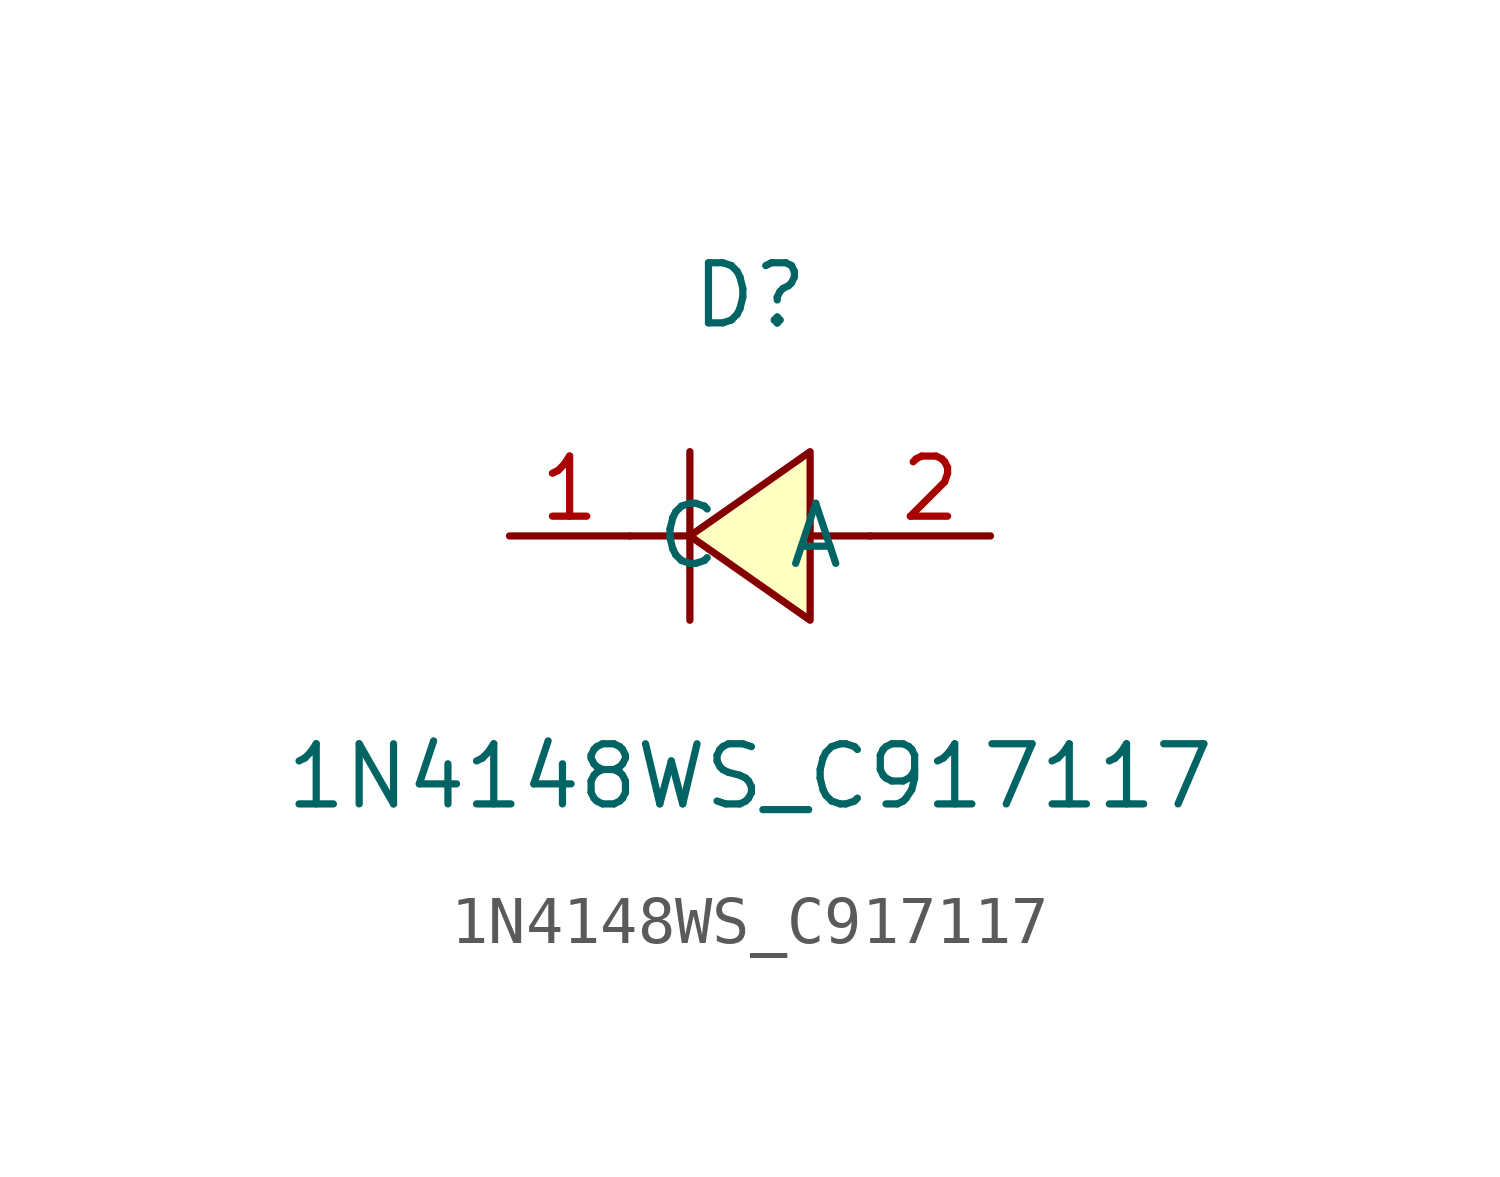
<source format=kicad_sym>
(kicad_symbol_lib
  (version 20211014)
  (generator https://github.com/uPesy/easyeda2kicad.py)
  (symbol "1N4148WS_C917117"
    (property "Reference" "D"
      (at 0 5.08 0)
      (effects (font (size 1.27 1.27))))
    (property "Value" "1N4148WS_C917117"
      (at 0 -5.08 0)
      (effects (font (size 1.27 1.27))))
    (symbol "1N4148WS_C917117_0_1"
      (polyline (pts (xy 1.27 1.78) (xy -1.27 -0.00) (xy 1.27 -1.78) (xy 1.27 1.78)) (stroke (width 0) (type default) (color 0 0 0 0)) (fill (type background)))
      (polyline (pts (xy -1.27 -0.00) (xy -2.54 -0.00)) (stroke (width 0) (type default) (color 0 0 0 0)) (fill (type none)))
      (polyline (pts (xy 2.54 -0.00) (xy 1.27 -0.00)) (stroke (width 0) (type default) (color 0 0 0 0)) (fill (type none)))
      (polyline (pts (xy -1.27 1.78) (xy -1.27 -1.78)) (stroke (width 0) (type default) (color 0 0 0 0)) (fill (type none)))
      (pin unspecified line (at 5.08 -0.00 180) (length 2.54) (name "A" (effects (font (size 1.27 1.27)))) (number "2" (effects (font (size 1.27 1.27)))))
      (pin unspecified line (at -5.08 -0.00 0) (length 2.54) (name "C" (effects (font (size 1.27 1.27)))) (number "1" (effects (font (size 1.27 1.27))))))))
</source>
